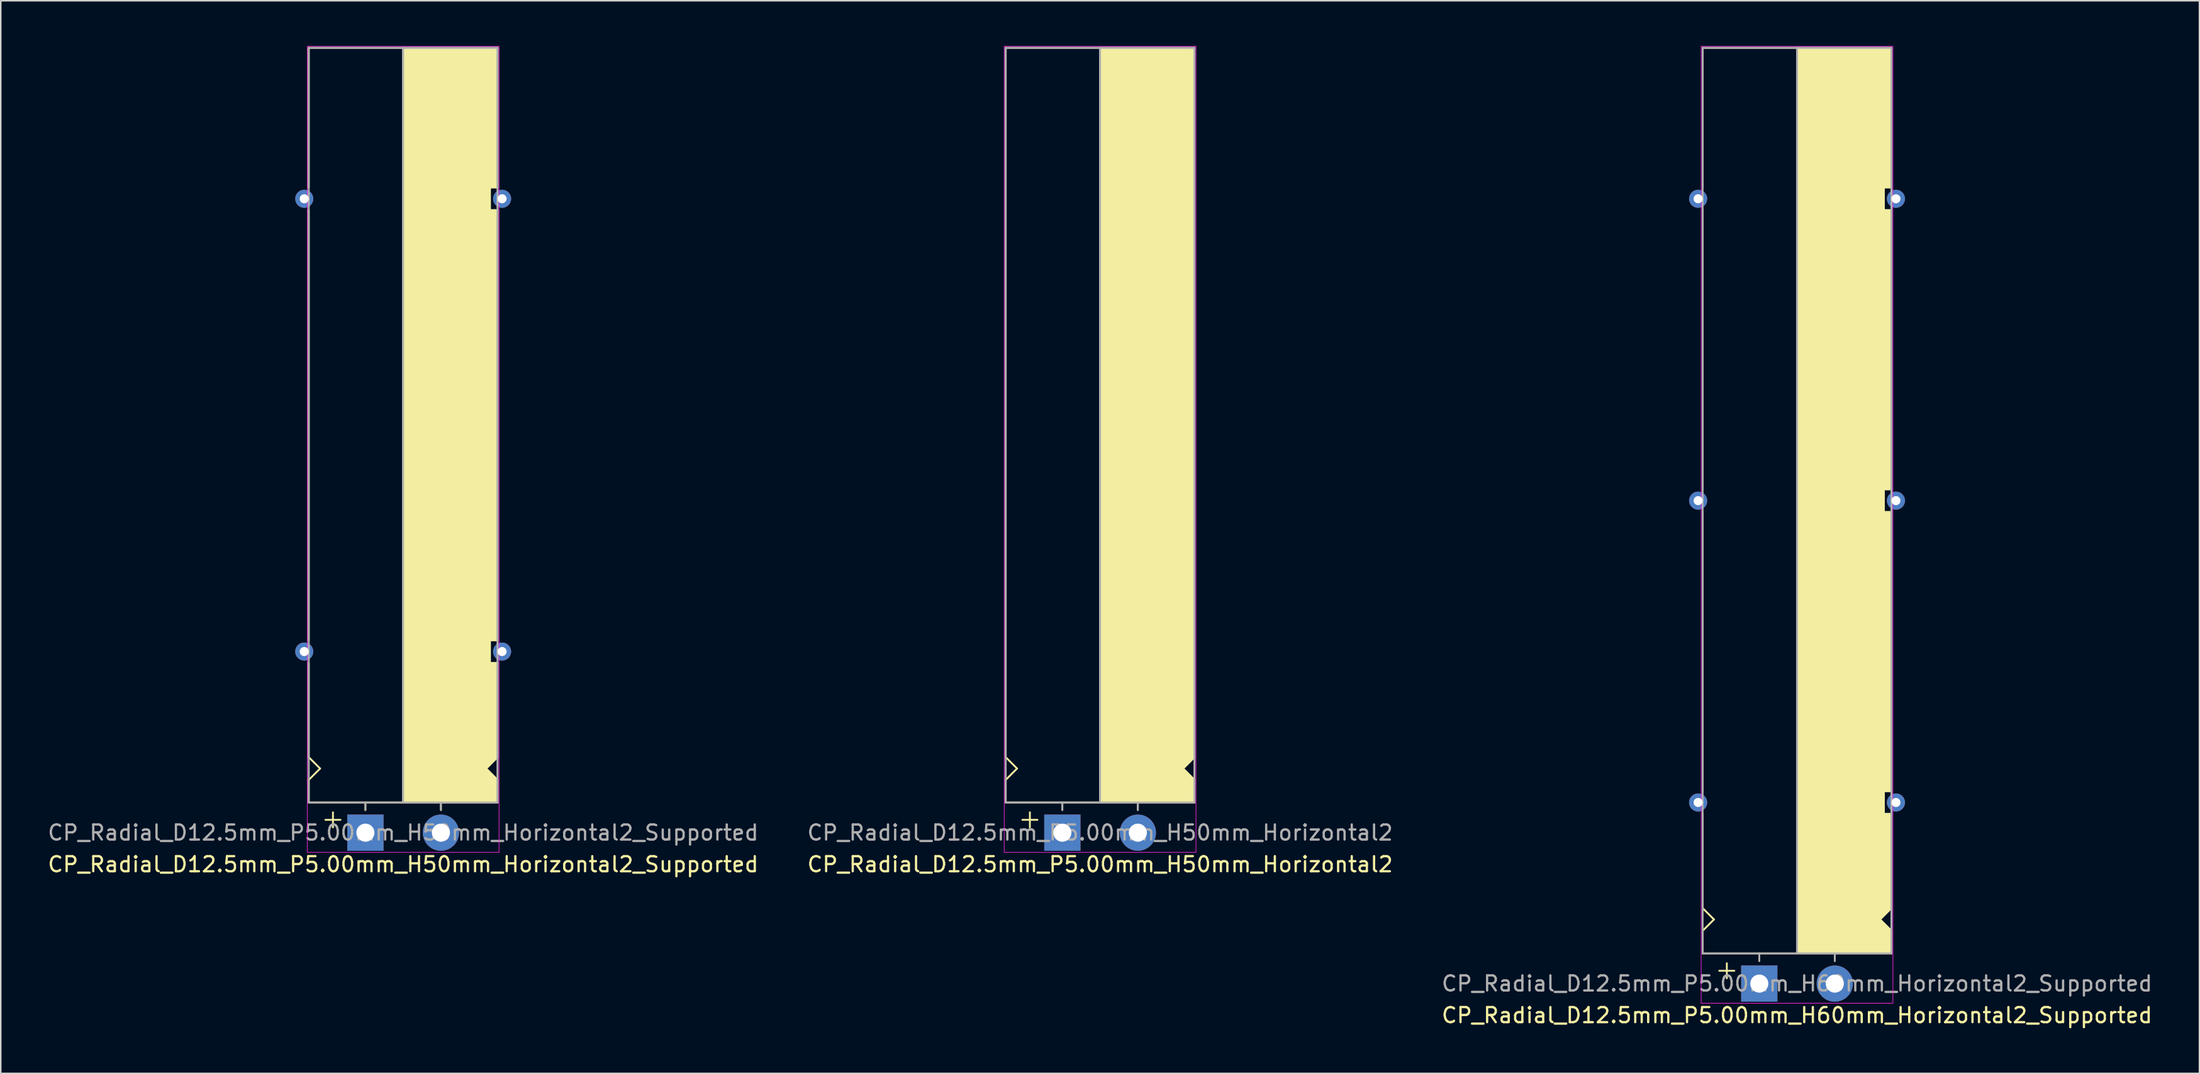
<source format=kicad_pcb>
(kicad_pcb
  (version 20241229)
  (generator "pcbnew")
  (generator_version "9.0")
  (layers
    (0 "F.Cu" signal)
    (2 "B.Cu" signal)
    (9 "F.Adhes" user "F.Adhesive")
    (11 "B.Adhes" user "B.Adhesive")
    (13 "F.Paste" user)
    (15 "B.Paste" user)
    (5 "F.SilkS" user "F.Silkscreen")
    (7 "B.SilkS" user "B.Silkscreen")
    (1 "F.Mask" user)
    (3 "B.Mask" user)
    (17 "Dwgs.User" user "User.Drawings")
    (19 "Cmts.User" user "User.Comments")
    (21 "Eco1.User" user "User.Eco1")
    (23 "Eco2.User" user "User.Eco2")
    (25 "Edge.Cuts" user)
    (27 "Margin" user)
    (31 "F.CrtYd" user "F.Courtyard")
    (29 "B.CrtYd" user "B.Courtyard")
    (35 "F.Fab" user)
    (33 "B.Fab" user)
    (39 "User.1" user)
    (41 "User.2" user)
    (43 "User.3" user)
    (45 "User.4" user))
  (footprint "CP_Radial_D12.5mm_P5.00mm_H50mm_Horizontal2_Supported"
    (layer "F.Cu")
    (at 21.149 52.12)
    (property "Reference" "CP_Radial_D12.5mm_P5.00mm_H50mm_Horizontal2_Supported" (at 2.5 2.1 180) (layer "F.SilkS") (effects (font (size 1 1) (thickness 0.15))))
    (attr through_hole)
    (fp_line (start -3.75 -52) (end -3.75 -42.75) (stroke (width 0.12) (type solid)) (layer "F.SilkS"))
    (fp_line (start -3.75 -12.75) (end -3.75 -41.25) (stroke (width 0.12) (type solid)) (layer "F.SilkS"))
    (fp_line (start -3.75 -5) (end -3.75 -11.25) (stroke (width 0.12) (type solid)) (layer "F.SilkS"))
    (fp_line (start -3.75 -3.5) (end -3 -4.25) (stroke (width 0.12) (type solid)) (layer "F.SilkS"))
    (fp_line (start -3.75 -2) (end -3.75 -3.5) (stroke (width 0.12) (type solid)) (layer "F.SilkS"))
    (fp_line (start -3 -4.25) (end -3.75 -5) (stroke (width 0.12) (type solid)) (layer "F.SilkS"))
    (fp_line (start -2.15 -1.35) (end -2.15 -0.35) (stroke (width 0.12) (type solid)) (layer "F.SilkS"))
    (fp_line (start -1.65 -0.85) (end -2.65 -0.85) (stroke (width 0.12) (type solid)) (layer "F.SilkS"))
    (fp_line (start 0 -1.5) (end 0 -2) (stroke (width 0.12) (type solid)) (layer "F.SilkS"))
    (fp_line (start 2.5 -2) (end -3.75 -2) (stroke (width 0.12) (type solid)) (layer "F.SilkS"))
    (fp_line (start 2.5 -2) (end 2.5 -52) (stroke (width 0.12) (type solid)) (layer "F.SilkS"))
    (fp_line (start 2.5 -2) (end 8.75 -2) (stroke (width 0.12) (type solid)) (layer "F.SilkS"))
    (fp_line (start 5 -1.5) (end 5 -2) (stroke (width 0.12) (type solid)) (layer "F.SilkS"))
    (fp_line (start 8 -4.25) (end 8.75 -5) (stroke (width 0.12) (type solid)) (layer "F.SilkS"))
    (fp_line (start 8.25 -42.75) (end 8.25 -41.25) (stroke (width 0.12) (type solid)) (layer "F.SilkS"))
    (fp_line (start 8.25 -41.25) (end 8.75 -41.25) (stroke (width 0.12) (type solid)) (layer "F.SilkS"))
    (fp_line (start 8.25 -12.75) (end 8.25 -11.25) (stroke (width 0.12) (type solid)) (layer "F.SilkS"))
    (fp_line (start 8.25 -11.25) (end 8.75 -11.25) (stroke (width 0.12) (type solid)) (layer "F.SilkS"))
    (fp_line (start 8.75 -52) (end -3.75 -52) (stroke (width 0.12) (type solid)) (layer "F.SilkS"))
    (fp_line (start 8.75 -52) (end 8.75 -42.75) (stroke (width 0.12) (type solid)) (layer "F.SilkS"))
    (fp_line (start 8.75 -42.75) (end 8.25 -42.75) (stroke (width 0.12) (type solid)) (layer "F.SilkS"))
    (fp_line (start 8.75 -12.75) (end 8.25 -12.75) (stroke (width 0.12) (type solid)) (layer "F.SilkS"))
    (fp_line (start 8.75 -12.75) (end 8.75 -41.25) (stroke (width 0.12) (type solid)) (layer "F.SilkS"))
    (fp_line (start 8.75 -5) (end 8.75 -11.25) (stroke (width 0.12) (type solid)) (layer "F.SilkS"))
    (fp_line (start 8.75 -3.5) (end 8 -4.25) (stroke (width 0.12) (type solid)) (layer "F.SilkS"))
    (fp_line (start 8.75 -2) (end 8.75 -3.5) (stroke (width 0.12) (type solid)) (layer "F.SilkS"))
    (fp_poly (pts (xy 8.75 -3.5) (xy 8 -4.25) (xy 8.75 -5) (xy 8.75 -11.25) (xy 8.25 -11.25) (xy 8.25 -12.75) (xy 8.75 -12.75) (xy 8.75 -41.25) (xy 8.25 -41.25) (xy 8.25 -42.75) (xy 8.75 -42.75) (xy 8.75 -52) (xy 2.5 -52) (xy 2.5 -2) (xy 8.75 -2)) (stroke (width 0.1) (type solid)) (fill yes) (layer "F.SilkS"))
    (fp_line (start -3.85 -52.1) (end -3.85 1.3) (stroke (width 0.04) (type solid)) (layer "F.CrtYd"))
    (fp_line (start 8.85 -52.1) (end -3.85 -52.1) (stroke (width 0.04) (type solid)) (layer "F.CrtYd"))
    (fp_line (start 8.85 1.3) (end -3.85 1.3) (stroke (width 0.04) (type solid)) (layer "F.CrtYd"))
    (fp_line (start 8.85 1.3) (end 8.85 -52.1) (stroke (width 0.04) (type solid)) (layer "F.CrtYd"))
    (fp_line (start -3.75 -52) (end 8.75 -52) (stroke (width 0.12) (type solid)) (layer "F.Fab"))
    (fp_line (start -3.75 -2) (end -3.75 -52) (stroke (width 0.12) (type solid)) (layer "F.Fab"))
    (fp_line (start 0 -2) (end -3.75 -2) (stroke (width 0.12) (type solid)) (layer "F.Fab"))
    (fp_line (start 0 -1.5) (end 0 -2) (stroke (width 0.12) (type solid)) (layer "F.Fab"))
    (fp_line (start 2.5 -2) (end 2.5 -52) (stroke (width 0.12) (type solid)) (layer "F.Fab"))
    (fp_line (start 5 -2) (end 5 -1.5) (stroke (width 0.12) (type solid)) (layer "F.Fab"))
    (fp_line (start 8.75 -52) (end 8.75 -2) (stroke (width 0.12) (type solid)) (layer "F.Fab"))
    (fp_line (start 8.75 -2) (end 0 -2) (stroke (width 0.12) (type solid)) (layer "F.Fab"))
    (fp_poly (pts (xy 8.75 -52) (xy 2.5 -52) (xy 2.5 -2) (xy 8.75 -2)) (stroke (width 0.1) (type solid)) (fill no) (layer "F.Fab"))
    (fp_text user "${REFERENCE}" (at 2.5 0 0) (layer "F.Fab") (effects (font (size 1 1) (thickness 0.15))))
    (pad "" thru_hole circle (at -4.05 -42 180) (size 1.2 1.2) (drill 0.6) (layers "*.Cu" "*.Mask"))
    (pad "" thru_hole circle (at -4.05 -12 180) (size 1.2 1.2) (drill 0.6) (layers "*.Cu" "*.Mask"))
    (pad "" thru_hole circle (at 9.05 -42 180) (size 1.2 1.2) (drill 0.6) (layers "*.Cu" "*.Mask"))
    (pad "" thru_hole circle (at 9.05 -12 180) (size 1.2 1.2) (drill 0.6) (layers "*.Cu" "*.Mask"))
    (pad "1" thru_hole rect (at 0 0) (size 2.4 2.4) (drill 1.2) (layers "*.Cu" "*.Mask"))
    (pad "2" thru_hole circle (at 5 0) (size 2.4 2.4) (drill 1.2) (layers "*.Cu" "*.Mask")))
  (footprint "CP_Radial_D12.5mm_P5.00mm_H60mm_Horizontal2_Supported"
    (layer "F.Cu")
    (at 113.458 62.12)
    (property "Reference" "CP_Radial_D12.5mm_P5.00mm_H60mm_Horizontal2_Supported" (at 2.5 2.1 180) (layer "F.SilkS") (effects (font (size 1 1) (thickness 0.15))))
    (attr through_hole)
    (fp_line (start -3.75 -62) (end -3.75 -52.75) (stroke (width 0.12) (type solid)) (layer "F.SilkS"))
    (fp_line (start -3.75 -32.75) (end -3.75 -51.25) (stroke (width 0.12) (type solid)) (layer "F.SilkS"))
    (fp_line (start -3.75 -12.75) (end -3.75 -31.25) (stroke (width 0.12) (type solid)) (layer "F.SilkS"))
    (fp_line (start -3.75 -5) (end -3.75 -11.25) (stroke (width 0.12) (type solid)) (layer "F.SilkS"))
    (fp_line (start -3.75 -3.5) (end -3 -4.25) (stroke (width 0.12) (type solid)) (layer "F.SilkS"))
    (fp_line (start -3.75 -2) (end -3.75 -3.5) (stroke (width 0.12) (type solid)) (layer "F.SilkS"))
    (fp_line (start -3 -4.25) (end -3.75 -5) (stroke (width 0.12) (type solid)) (layer "F.SilkS"))
    (fp_line (start -2.15 -1.35) (end -2.15 -0.35) (stroke (width 0.12) (type solid)) (layer "F.SilkS"))
    (fp_line (start -1.65 -0.85) (end -2.65 -0.85) (stroke (width 0.12) (type solid)) (layer "F.SilkS"))
    (fp_line (start 0 -1.5) (end 0 -2) (stroke (width 0.12) (type solid)) (layer "F.SilkS"))
    (fp_line (start 2.5 -2) (end -3.75 -2) (stroke (width 0.12) (type solid)) (layer "F.SilkS"))
    (fp_line (start 2.5 -2) (end 2.5 -62) (stroke (width 0.12) (type solid)) (layer "F.SilkS"))
    (fp_line (start 2.5 -2) (end 8.75 -2) (stroke (width 0.12) (type solid)) (layer "F.SilkS"))
    (fp_line (start 5 -1.5) (end 5 -2) (stroke (width 0.12) (type solid)) (layer "F.SilkS"))
    (fp_line (start 8 -4.25) (end 8.75 -5) (stroke (width 0.12) (type solid)) (layer "F.SilkS"))
    (fp_line (start 8.25 -52.75) (end 8.25 -51.25) (stroke (width 0.12) (type solid)) (layer "F.SilkS"))
    (fp_line (start 8.25 -51.25) (end 8.75 -51.25) (stroke (width 0.12) (type solid)) (layer "F.SilkS"))
    (fp_line (start 8.25 -32.75) (end 8.25 -31.25) (stroke (width 0.12) (type solid)) (layer "F.SilkS"))
    (fp_line (start 8.25 -31.25) (end 8.75 -31.25) (stroke (width 0.12) (type solid)) (layer "F.SilkS"))
    (fp_line (start 8.25 -12.75) (end 8.25 -11.25) (stroke (width 0.12) (type solid)) (layer "F.SilkS"))
    (fp_line (start 8.25 -11.25) (end 8.75 -11.25) (stroke (width 0.12) (type solid)) (layer "F.SilkS"))
    (fp_line (start 8.75 -62) (end -3.75 -62) (stroke (width 0.12) (type solid)) (layer "F.SilkS"))
    (fp_line (start 8.75 -62) (end 8.75 -52.75) (stroke (width 0.12) (type solid)) (layer "F.SilkS"))
    (fp_line (start 8.75 -52.75) (end 8.25 -52.75) (stroke (width 0.12) (type solid)) (layer "F.SilkS"))
    (fp_line (start 8.75 -51.25) (end 8.75 -32.75) (stroke (width 0.12) (type solid)) (layer "F.SilkS"))
    (fp_line (start 8.75 -32.75) (end 8.25 -32.75) (stroke (width 0.12) (type solid)) (layer "F.SilkS"))
    (fp_line (start 8.75 -12.75) (end 8.25 -12.75) (stroke (width 0.12) (type solid)) (layer "F.SilkS"))
    (fp_line (start 8.75 -12.75) (end 8.75 -31.25) (stroke (width 0.12) (type solid)) (layer "F.SilkS"))
    (fp_line (start 8.75 -5) (end 8.75 -11.25) (stroke (width 0.12) (type solid)) (layer "F.SilkS"))
    (fp_line (start 8.75 -3.5) (end 8 -4.25) (stroke (width 0.12) (type solid)) (layer "F.SilkS"))
    (fp_line (start 8.75 -2) (end 8.75 -3.5) (stroke (width 0.12) (type solid)) (layer "F.SilkS"))
    (fp_poly (pts (xy 8.75 -3.5) (xy 8 -4.25) (xy 8.75 -5) (xy 8.75 -11.25) (xy 8.25 -11.25) (xy 8.25 -12.75) (xy 8.75 -12.75) (xy 8.75 -31.25) (xy 8.25 -31.25) (xy 8.25 -32.75) (xy 8.75 -32.75) (xy 8.75 -51.25) (xy 8.25 -51.25) (xy 8.25 -52.75) (xy 8.75 -52.75) (xy 8.75 -62) (xy 2.5 -62) (xy 2.5 -2) (xy 8.75 -2)) (stroke (width 0.1) (type solid)) (fill yes) (layer "F.SilkS"))
    (fp_line (start -3.85 -62.1) (end -3.85 1.3) (stroke (width 0.04) (type solid)) (layer "F.CrtYd"))
    (fp_line (start 8.85 -62.1) (end -3.85 -62.1) (stroke (width 0.04) (type solid)) (layer "F.CrtYd"))
    (fp_line (start 8.85 1.3) (end -3.85 1.3) (stroke (width 0.04) (type solid)) (layer "F.CrtYd"))
    (fp_line (start 8.85 1.3) (end 8.85 -62.1) (stroke (width 0.04) (type solid)) (layer "F.CrtYd"))
    (fp_line (start -3.75 -62) (end 8.75 -62) (stroke (width 0.12) (type solid)) (layer "F.Fab"))
    (fp_line (start -3.75 -2) (end -3.75 -62) (stroke (width 0.12) (type solid)) (layer "F.Fab"))
    (fp_line (start 0 -2) (end -3.75 -2) (stroke (width 0.12) (type solid)) (layer "F.Fab"))
    (fp_line (start 0 -1.5) (end 0 -2) (stroke (width 0.12) (type solid)) (layer "F.Fab"))
    (fp_line (start 2.5 -2) (end 2.5 -62) (stroke (width 0.12) (type solid)) (layer "F.Fab"))
    (fp_line (start 5 -2) (end 5 -1.5) (stroke (width 0.12) (type solid)) (layer "F.Fab"))
    (fp_line (start 8.75 -62) (end 8.75 -2) (stroke (width 0.12) (type solid)) (layer "F.Fab"))
    (fp_line (start 8.75 -2) (end 0 -2) (stroke (width 0.12) (type solid)) (layer "F.Fab"))
    (fp_poly (pts (xy 8.75 -62) (xy 2.5 -62) (xy 2.5 -2) (xy 8.75 -2)) (stroke (width 0.1) (type solid)) (fill no) (layer "F.Fab"))
    (fp_text user "${REFERENCE}" (at 2.5 0 0) (layer "F.Fab") (effects (font (size 1 1) (thickness 0.15))))
    (pad "" thru_hole circle (at -4.05 -52 180) (size 1.2 1.2) (drill 0.6) (layers "*.Cu" "*.Mask"))
    (pad "" thru_hole circle (at -4.05 -32 180) (size 1.2 1.2) (drill 0.6) (layers "*.Cu" "*.Mask"))
    (pad "" thru_hole circle (at -4.05 -12 180) (size 1.2 1.2) (drill 0.6) (layers "*.Cu" "*.Mask"))
    (pad "" thru_hole circle (at 9.05 -52 180) (size 1.2 1.2) (drill 0.6) (layers "*.Cu" "*.Mask"))
    (pad "" thru_hole circle (at 9.05 -32 180) (size 1.2 1.2) (drill 0.6) (layers "*.Cu" "*.Mask"))
    (pad "" thru_hole circle (at 9.05 -12 180) (size 1.2 1.2) (drill 0.6) (layers "*.Cu" "*.Mask"))
    (pad "1" thru_hole rect (at 0 0) (size 2.4 2.4) (drill 1.2) (layers "*.Cu" "*.Mask"))
    (pad "2" thru_hole circle (at 5 0) (size 2.4 2.4) (drill 1.2) (layers "*.Cu" "*.Mask")))
  (footprint "CP_Radial_D12.5mm_P5.00mm_H50mm_Horizontal2"
    (layer "F.Cu")
    (at 67.304 52.12)
    (property "Reference" "CP_Radial_D12.5mm_P5.00mm_H50mm_Horizontal2" (at 2.5 2.1 180) (layer "F.SilkS") (effects (font (size 1 1) (thickness 0.15))))
    (attr through_hole)
    (fp_line (start -3.75 -5) (end -3.75 -52) (stroke (width 0.12) (type solid)) (layer "F.SilkS"))
    (fp_line (start -3.75 -3.5) (end -3 -4.25) (stroke (width 0.12) (type solid)) (layer "F.SilkS"))
    (fp_line (start -3.75 -2) (end -3.75 -3.5) (stroke (width 0.12) (type solid)) (layer "F.SilkS"))
    (fp_line (start -3 -4.25) (end -3.75 -5) (stroke (width 0.12) (type solid)) (layer "F.SilkS"))
    (fp_line (start -2.15 -1.35) (end -2.15 -0.35) (stroke (width 0.12) (type solid)) (layer "F.SilkS"))
    (fp_line (start -1.65 -0.85) (end -2.65 -0.85) (stroke (width 0.12) (type solid)) (layer "F.SilkS"))
    (fp_line (start 0 -1.5) (end 0 -2) (stroke (width 0.12) (type solid)) (layer "F.SilkS"))
    (fp_line (start 2.5 -2) (end -3.75 -2) (stroke (width 0.12) (type solid)) (layer "F.SilkS"))
    (fp_line (start 2.5 -2) (end 2.5 -52) (stroke (width 0.12) (type solid)) (layer "F.SilkS"))
    (fp_line (start 2.5 -2) (end 8.75 -2) (stroke (width 0.12) (type solid)) (layer "F.SilkS"))
    (fp_line (start 5 -1.5) (end 5 -2) (stroke (width 0.12) (type solid)) (layer "F.SilkS"))
    (fp_line (start 8 -4.25) (end 8.75 -5) (stroke (width 0.12) (type solid)) (layer "F.SilkS"))
    (fp_line (start 8.75 -52) (end -3.75 -52) (stroke (width 0.12) (type solid)) (layer "F.SilkS"))
    (fp_line (start 8.75 -5) (end 8.75 -52) (stroke (width 0.12) (type solid)) (layer "F.SilkS"))
    (fp_line (start 8.75 -3.5) (end 8 -4.25) (stroke (width 0.12) (type solid)) (layer "F.SilkS"))
    (fp_line (start 8.75 -2) (end 8.75 -3.5) (stroke (width 0.12) (type solid)) (layer "F.SilkS"))
    (fp_poly (pts (xy 8.75 -3.5) (xy 8 -4.25) (xy 8.75 -5) (xy 8.75 -52) (xy 2.5 -52) (xy 2.5 -2) (xy 8.75 -2)) (stroke (width 0.1) (type solid)) (fill yes) (layer "F.SilkS"))
    (fp_line (start -3.85 -52.1) (end -3.85 1.3) (stroke (width 0.04) (type solid)) (layer "F.CrtYd"))
    (fp_line (start 8.85 -52.1) (end -3.85 -52.1) (stroke (width 0.04) (type solid)) (layer "F.CrtYd"))
    (fp_line (start 8.85 1.3) (end -3.85 1.3) (stroke (width 0.04) (type solid)) (layer "F.CrtYd"))
    (fp_line (start 8.85 1.3) (end 8.85 -52.1) (stroke (width 0.04) (type solid)) (layer "F.CrtYd"))
    (fp_line (start -3.75 -52) (end 8.75 -52) (stroke (width 0.12) (type solid)) (layer "F.Fab"))
    (fp_line (start -3.75 -2) (end -3.75 -52) (stroke (width 0.12) (type solid)) (layer "F.Fab"))
    (fp_line (start 0 -2) (end -3.75 -2) (stroke (width 0.12) (type solid)) (layer "F.Fab"))
    (fp_line (start 0 -1.5) (end 0 -2) (stroke (width 0.12) (type solid)) (layer "F.Fab"))
    (fp_line (start 2.5 -2) (end 2.5 -52) (stroke (width 0.12) (type solid)) (layer "F.Fab"))
    (fp_line (start 5 -2) (end 5 -1.5) (stroke (width 0.12) (type solid)) (layer "F.Fab"))
    (fp_line (start 8.75 -52) (end 8.75 -2) (stroke (width 0.12) (type solid)) (layer "F.Fab"))
    (fp_line (start 8.75 -2) (end 0 -2) (stroke (width 0.12) (type solid)) (layer "F.Fab"))
    (fp_poly (pts (xy 8.75 -52) (xy 2.5 -52) (xy 2.5 -2) (xy 8.75 -2)) (stroke (width 0.1) (type solid)) (fill no) (layer "F.Fab"))
    (fp_text user "${REFERENCE}" (at 2.5 0 0) (layer "F.Fab") (effects (font (size 1 1) (thickness 0.15))))
    (pad "1" thru_hole rect (at 0 0) (size 2.4 2.4) (drill 1.2) (layers "*.Cu" "*.Mask"))
    (pad "2" thru_hole circle (at 5 0) (size 2.4 2.4) (drill 1.2) (layers "*.Cu" "*.Mask")))
  (gr_rect
    (start -3 -3)
    (end 142.607 68.068)
    (stroke (width 0.1) (type default))
    (fill no)
    (layer "Edge.Cuts")))
</source>
